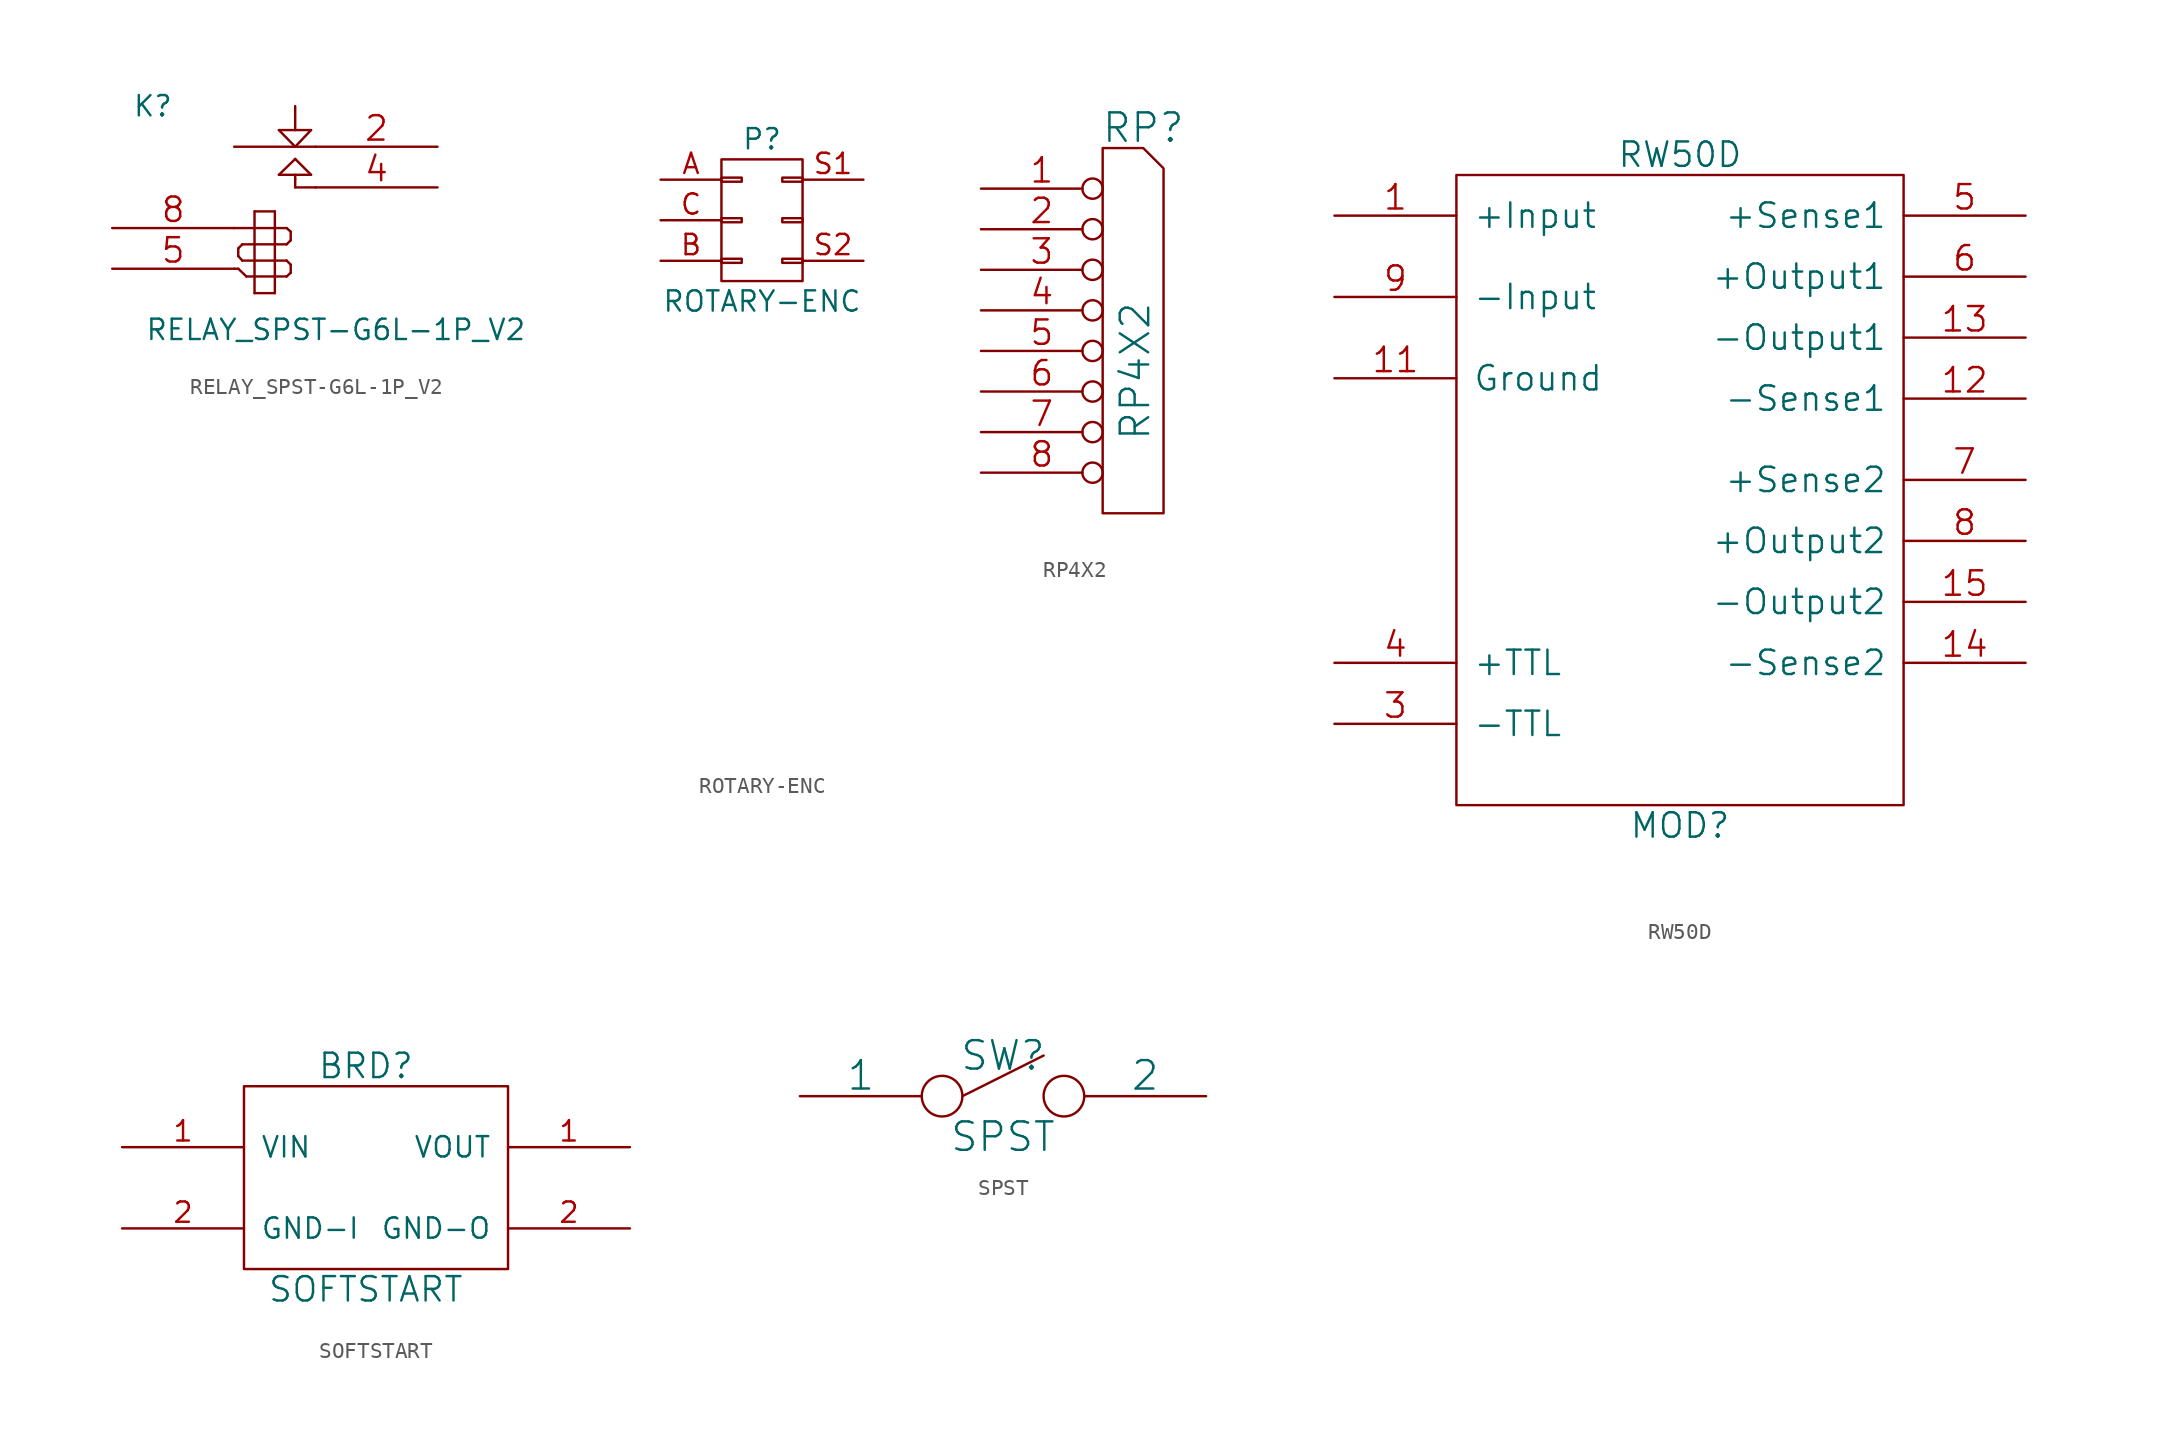
<source format=kicad_sym>
(kicad_symbol_lib
  (version 20211014)
  (generator kicad_symbol_editor)
  (symbol "RELAY_SPST-G6L-1P_V2"
    (pin_names
      (offset 1.016) hide)
    (property "Reference" "K"
      (at -7.62 1.27 0)
      (effects (font (size 1.27 1.27))))
    (property "Value" "RELAY_SPST-G6L-1P_V2"
      (at 3.81 -12.7 0)
      (effects (font (size 1.27 1.27))))
    (property "Footprint" ""
      (at 0 0 0)
      (effects (font (size 1.524 1.524))))
    (property "Datasheet" ""
      (at 0 0 0)
      (effects (font (size 1.524 1.524))))
    (symbol "RELAY_SPST-G6L-1P_V2_0_1"
      (polyline (pts (xy -2.54 -8.89) (xy -2.286 -8.89)) (stroke (width 0) (type default) (color 0 0 0 0)) (fill (type none)))
      (polyline (pts (xy -2.54 -6.35) (xy -1.27 -6.35)) (stroke (width 0) (type default) (color 0 0 0 0)) (fill (type none)))
      (polyline (pts (xy -2.54 -1.27) (xy 1.27 -1.27)) (stroke (width 0) (type default) (color 0 0 0 0)) (fill (type none)))
      (polyline (pts (xy -2.286 -8.89) (xy -1.778 -9.373)) (stroke (width 0) (type default) (color 0 0 0 0)) (fill (type none)))
      (polyline (pts (xy -2.286 -8.103) (xy -2.286 -7.62)) (stroke (width 0) (type default) (color 0 0 0 0)) (fill (type none)))
      (polyline (pts (xy -2.032 -8.382) (xy -2.286 -8.103)) (stroke (width 0) (type default) (color 0 0 0 0)) (fill (type none)))
      (polyline (pts (xy -2.032 -7.366) (xy -2.286 -7.62)) (stroke (width 0) (type default) (color 0 0 0 0)) (fill (type none)))
      (polyline (pts (xy -1.778 -9.373) (xy -1.27 -9.373)) (stroke (width 0) (type default) (color 0 0 0 0)) (fill (type none)))
      (polyline (pts (xy -1.27 -10.414) (xy -1.27 -5.309)) (stroke (width 0) (type default) (color 0 0 0 0)) (fill (type none)))
      (polyline (pts (xy -1.27 -8.382) (xy -2.032 -8.382)) (stroke (width 0) (type default) (color 0 0 0 0)) (fill (type none)))
      (polyline (pts (xy -1.27 -8.382) (xy 0 -8.382)) (stroke (width 0) (type default) (color 0 0 0 0)) (fill (type none)))
      (polyline (pts (xy -1.27 -7.366) (xy -2.032 -7.366)) (stroke (width 0) (type default) (color 0 0 0 0)) (fill (type none)))
      (polyline (pts (xy -1.27 -6.35) (xy 0 -6.35)) (stroke (width 0) (type default) (color 0 0 0 0)) (fill (type none)))
      (polyline (pts (xy -1.27 -5.309) (xy 0 -5.309)) (stroke (width 0) (type default) (color 0 0 0 0)) (fill (type none)))
      (polyline (pts (xy 0 -10.414) (xy -1.27 -10.414)) (stroke (width 0) (type default) (color 0 0 0 0)) (fill (type none)))
      (polyline (pts (xy 0 -9.373) (xy -1.27 -9.373)) (stroke (width 0) (type default) (color 0 0 0 0)) (fill (type none)))
      (polyline (pts (xy 0 -9.373) (xy 0.737 -9.373)) (stroke (width 0) (type default) (color 0 0 0 0)) (fill (type none)))
      (polyline (pts (xy 0 -8.382) (xy 0.737 -8.382)) (stroke (width 0) (type default) (color 0 0 0 0)) (fill (type none)))
      (polyline (pts (xy 0 -7.366) (xy -1.27 -7.366)) (stroke (width 0) (type default) (color 0 0 0 0)) (fill (type none)))
      (polyline (pts (xy 0 -7.366) (xy 0.737 -7.366)) (stroke (width 0) (type default) (color 0 0 0 0)) (fill (type none)))
      (polyline (pts (xy 0 -6.35) (xy 0.737 -6.35)) (stroke (width 0) (type default) (color 0 0 0 0)) (fill (type none)))
      (polyline (pts (xy 0 -5.309) (xy 0 -10.414)) (stroke (width 0) (type default) (color 0 0 0 0)) (fill (type none)))
      (polyline (pts (xy 0.254 -3.023) (xy 2.261 -3.023)) (stroke (width 0) (type default) (color 0 0 0 0)) (fill (type none)))
      (polyline (pts (xy 0.254 -0.229) (xy 2.261 -0.229)) (stroke (width 0) (type default) (color 0 0 0 0)) (fill (type none)))
      (polyline (pts (xy 0.737 -9.373) (xy 0.991 -9.144)) (stroke (width 0) (type default) (color 0 0 0 0)) (fill (type none)))
      (polyline (pts (xy 0.737 -8.382) (xy 0.991 -8.636)) (stroke (width 0) (type default) (color 0 0 0 0)) (fill (type none)))
      (polyline (pts (xy 0.737 -7.366) (xy 0.991 -7.112)) (stroke (width 0) (type default) (color 0 0 0 0)) (fill (type none)))
      (polyline (pts (xy 0.737 -6.35) (xy 0.991 -6.579)) (stroke (width 0) (type default) (color 0 0 0 0)) (fill (type none)))
      (polyline (pts (xy 0.991 -9.144) (xy 0.991 -8.636)) (stroke (width 0) (type default) (color 0 0 0 0)) (fill (type none)))
      (polyline (pts (xy 0.991 -6.579) (xy 0.991 -7.112)) (stroke (width 0) (type default) (color 0 0 0 0)) (fill (type none)))
      (polyline (pts (xy 1.27 -3.81) (xy 1.27 -3.302)) (stroke (width 0) (type default) (color 0 0 0 0)) (fill (type none)))
      (polyline (pts (xy 1.27 -3.302) (xy 1.27 -3.023)) (stroke (width 0) (type default) (color 0 0 0 0)) (fill (type none)))
      (polyline (pts (xy 1.27 -2.032) (xy 0.254 -3.023)) (stroke (width 0) (type default) (color 0 0 0 0)) (fill (type none)))
      (polyline (pts (xy 1.27 -1.27) (xy 0.254 -0.229)) (stroke (width 0) (type default) (color 0 0 0 0)) (fill (type none)))
      (polyline (pts (xy 1.27 -1.27) (xy 2.54 -1.27)) (stroke (width 0) (type default) (color 0 0 0 0)) (fill (type none)))
      (polyline (pts (xy 1.27 1.27) (xy 1.27 -0.229)) (stroke (width 0) (type default) (color 0 0 0 0)) (fill (type none)))
      (polyline (pts (xy 2.261 -3.023) (xy 1.27 -2.032)) (stroke (width 0) (type default) (color 0 0 0 0)) (fill (type none)))
      (polyline (pts (xy 2.261 -0.229) (xy 1.27 -1.27)) (stroke (width 0) (type default) (color 0 0 0 0)) (fill (type none)))
      (polyline (pts (xy 2.54 -3.81) (xy 1.27 -3.81)) (stroke (width 0) (type default) (color 0 0 0 0)) (fill (type none))))
    (symbol "RELAY_SPST-G6L-1P_V2_1_1"
      (pin passive line (at 10.16 -1.27 180) (length 7.62) (name "C1" (effects (font (size 1.524 1.524)))) (number "2" (effects (font (size 1.524 1.524)))))
      (pin passive line (at 10.16 -3.81 180) (length 7.62) (name "T1" (effects (font (size 1.524 1.524)))) (number "4" (effects (font (size 1.524 1.524)))))
      (pin input line (at -10.16 -8.89 0) (length 7.62) (name "5" (effects (font (size 1.524 1.524)))) (number "5" (effects (font (size 1.524 1.524)))))
      (pin input line (at -10.16 -6.35 0) (length 7.62) (name "8" (effects (font (size 1.524 1.524)))) (number "8" (effects (font (size 1.524 1.524)))))))
  (symbol "ROTARY-ENC"
    (pin_names
      (offset 0.025) hide)
    (property "Reference" "P"
      (at 0 5.08 0)
      (effects (font (size 1.27 1.27))))
    (property "Value" "ROTARY-ENC"
      (at 0 -5.08 0)
      (effects (font (size 1.27 1.27))))
    (property "Footprint" ""
      (at 0 -30.48 0)
      (effects (font (size 1.27 1.27))))
    (property "Datasheet" ""
      (at 0 -30.48 0)
      (effects (font (size 1.27 1.27))))
    (symbol "ROTARY-ENC_0_1"
      (rectangle (start -2.54 -2.413) (end -1.27 -2.667) (stroke (width 0) (type default) (color 0 0 0 0)) (fill (type none)))
      (rectangle (start -2.54 0.127) (end -1.27 -0.127) (stroke (width 0) (type default) (color 0 0 0 0)) (fill (type none)))
      (rectangle (start -2.54 2.667) (end -1.27 2.413) (stroke (width 0) (type default) (color 0 0 0 0)) (fill (type none)))
      (rectangle (start -2.54 3.81) (end 2.54 -3.81) (stroke (width 0) (type default) (color 0 0 0 0)) (fill (type none)))
      (rectangle (start 1.27 -2.413) (end 2.54 -2.667) (stroke (width 0) (type default) (color 0 0 0 0)) (fill (type none)))
      (rectangle (start 1.27 0.127) (end 2.54 -0.127) (stroke (width 0) (type default) (color 0 0 0 0)) (fill (type none)))
      (rectangle (start 1.27 2.667) (end 2.54 2.413) (stroke (width 0) (type default) (color 0 0 0 0)) (fill (type none))))
    (symbol "ROTARY-ENC_1_1"
      (pin passive line (at -6.35 2.54 0) (length 3.81) (name "A" (effects (font (size 1.27 1.27)))) (number "A" (effects (font (size 1.27 1.27)))))
      (pin passive line (at -6.35 -2.54 0) (length 3.81) (name "B" (effects (font (size 1.27 1.27)))) (number "B" (effects (font (size 1.27 1.27)))))
      (pin passive line (at -6.35 0 0) (length 3.81) (name "C" (effects (font (size 1.27 1.27)))) (number "C" (effects (font (size 1.27 1.27)))))
      (pin passive line (at 6.35 2.54 180) (length 3.81) (name "S1" (effects (font (size 1.27 1.27)))) (number "S1" (effects (font (size 1.27 1.27)))))
      (pin passive line (at 6.35 -2.54 180) (length 3.81) (name "S2" (effects (font (size 1.27 1.27)))) (number "S2" (effects (font (size 1.27 1.27)))))))
  (symbol "RP4X2"
    (pin_names
      (offset 1.016) hide)
    (property "Reference" "RP"
      (at 1.27 12.7 0)
      (effects (font (size 1.778 1.778))))
    (property "Value" "RP4X2"
      (at 0.762 -2.54 90)
      (effects (font (size 1.778 1.778))))
    (property "Footprint" ""
      (at 0 -2.54 0)
      (effects (font (size 1.524 1.524))))
    (property "Datasheet" ""
      (at 0 -2.54 0)
      (effects (font (size 1.524 1.524))))
    (symbol "RP4X2_0_1"
      (polyline (pts (xy -1.27 -11.43) (xy -1.27 11.43) (xy 1.27 11.43) (xy 2.54 10.16) (xy 2.54 -11.43) (xy 0 -11.43) (xy -1.27 -11.43)) (stroke (width 0) (type default) (color 0 0 0 0)) (fill (type none))))
    (symbol "RP4X2_1_1"
      (pin passive inverted (at -8.89 8.89 0) (length 7.62) (name "COM" (effects (font (size 1.524 1.524)))) (number "1" (effects (font (size 1.524 1.524)))))
      (pin passive inverted (at -8.89 6.35 0) (length 7.62) (name "2" (effects (font (size 1.524 1.524)))) (number "2" (effects (font (size 1.524 1.524)))))
      (pin passive inverted (at -8.89 3.81 0) (length 7.62) (name "3" (effects (font (size 1.524 1.524)))) (number "3" (effects (font (size 1.524 1.524)))))
      (pin passive inverted (at -8.89 1.27 0) (length 7.62) (name "4" (effects (font (size 1.524 1.524)))) (number "4" (effects (font (size 1.524 1.524)))))
      (pin passive inverted (at -8.89 -1.27 0) (length 7.62) (name "5" (effects (font (size 1.524 1.524)))) (number "5" (effects (font (size 1.524 1.524)))))
      (pin passive inverted (at -8.89 -3.81 0) (length 7.62) (name "6" (effects (font (size 1.524 1.524)))) (number "6" (effects (font (size 1.524 1.524)))))
      (pin passive inverted (at -8.89 -6.35 0) (length 7.62) (name "7" (effects (font (size 1.524 1.524)))) (number "7" (effects (font (size 1.524 1.524)))))
      (pin passive inverted (at -8.89 -8.89 0) (length 7.62) (name "8" (effects (font (size 1.524 1.524)))) (number "8" (effects (font (size 1.524 1.524)))))))
  (symbol "RW50D"
    (pin_names
      (offset 1.016))
    (property "Reference" "MOD"
      (at 0 -22.86 0)
      (effects (font (size 1.524 1.524))))
    (property "Value" "RW50D"
      (at 0 19.05 0)
      (effects (font (size 1.524 1.524))))
    (property "Footprint" ""
      (at -3.81 6.35 0)
      (effects (font (size 1.524 1.524))))
    (property "Datasheet" ""
      (at -3.81 6.35 0)
      (effects (font (size 1.524 1.524))))
    (symbol "RW50D_0_1"
      (rectangle (start -13.97 17.78) (end 13.97 -21.59) (stroke (width 0) (type default) (color 0 0 0 0)) (fill (type none))))
    (symbol "RW50D_1_1"
      (pin power_in line (at -21.59 15.24 0) (length 7.62) (name "+Input" (effects (font (size 1.524 1.524)))) (number "1" (effects (font (size 1.524 1.524)))))
      (pin power_in line (at -21.59 5.08 0) (length 7.62) (name "Ground" (effects (font (size 1.524 1.524)))) (number "11" (effects (font (size 1.524 1.524)))))
      (pin power_out line (at 21.59 3.81 180) (length 7.62) (name "-Sense1" (effects (font (size 1.524 1.524)))) (number "12" (effects (font (size 1.524 1.524)))))
      (pin power_out line (at 21.59 7.62 180) (length 7.62) (name "-Output1" (effects (font (size 1.524 1.524)))) (number "13" (effects (font (size 1.524 1.524)))))
      (pin power_out line (at 21.59 -12.7 180) (length 7.62) (name "-Sense2" (effects (font (size 1.524 1.524)))) (number "14" (effects (font (size 1.524 1.524)))))
      (pin power_out line (at 21.59 -8.89 180) (length 7.62) (name "-Output2" (effects (font (size 1.524 1.524)))) (number "15" (effects (font (size 1.524 1.524)))))
      (pin power_in line (at -21.59 -16.51 0) (length 7.62) (name "-TTL" (effects (font (size 1.524 1.524)))) (number "3" (effects (font (size 1.524 1.524)))))
      (pin power_in line (at -21.59 -12.7 0) (length 7.62) (name "+TTL" (effects (font (size 1.524 1.524)))) (number "4" (effects (font (size 1.524 1.524)))))
      (pin power_out line (at 21.59 15.24 180) (length 7.62) (name "+Sense1" (effects (font (size 1.524 1.524)))) (number "5" (effects (font (size 1.524 1.524)))))
      (pin power_out line (at 21.59 11.43 180) (length 7.62) (name "+Output1" (effects (font (size 1.524 1.524)))) (number "6" (effects (font (size 1.524 1.524)))))
      (pin power_out line (at 21.59 -1.27 180) (length 7.62) (name "+Sense2" (effects (font (size 1.524 1.524)))) (number "7" (effects (font (size 1.524 1.524)))))
      (pin power_out line (at 21.59 -5.08 180) (length 7.62) (name "+Output2" (effects (font (size 1.524 1.524)))) (number "8" (effects (font (size 1.524 1.524)))))
      (pin power_in line (at -21.59 10.16 0) (length 7.62) (name "-Input" (effects (font (size 1.524 1.524)))) (number "9" (effects (font (size 1.524 1.524)))))))
  (symbol "SOFTSTART"
    (pin_names
      (offset 1.016))
    (property "Reference" "BRD"
      (at 0 13.97 0)
      (effects (font (size 1.524 1.524))))
    (property "Value" "SOFTSTART"
      (at 0 0 0)
      (effects (font (size 1.524 1.524))))
    (property "Footprint" ""
      (at 0 0 0)
      (effects (font (size 1.524 1.524))))
    (property "Datasheet" ""
      (at 0 0 0)
      (effects (font (size 1.524 1.524))))
    (symbol "SOFTSTART_0_1"
      (rectangle (start -7.62 12.7) (end 8.89 1.27) (stroke (width 0) (type default) (color 0 0 0 0)) (fill (type none))))
    (symbol "SOFTSTART_1_1"
      (pin power_in line (at -15.24 8.89 0) (length 7.62) (name "VIN" (effects (font (size 1.27 1.27)))) (number "1" (effects (font (size 1.27 1.27)))))
      (pin power_out line (at 16.51 8.89 180) (length 7.62) (name "VOUT" (effects (font (size 1.27 1.27)))) (number "1" (effects (font (size 1.27 1.27)))))
      (pin power_in line (at -15.24 3.81 0) (length 7.62) (name "GND-I" (effects (font (size 1.27 1.27)))) (number "2" (effects (font (size 1.27 1.27)))))
      (pin power_out line (at 16.51 3.81 180) (length 7.62) (name "GND-O" (effects (font (size 1.27 1.27)))) (number "2" (effects (font (size 1.27 1.27)))))))
  (symbol "SPST"
    (pin_numbers hide)
    (pin_names
      (offset 0))
    (property "Reference" "SW"
      (at 0 2.54 0)
      (effects (font (size 1.778 1.778))))
    (property "Value" "SPST"
      (at 0 -2.54 0)
      (effects (font (size 1.778 1.778))))
    (property "Footprint" ""
      (at 0 0 0)
      (effects (font (size 1.524 1.524))))
    (property "Datasheet" ""
      (at 0 0 0)
      (effects (font (size 1.524 1.524))))
    (symbol "SPST_0_0"
      (circle (center -3.81 0) (radius 1.27) (stroke (width 0) (type default) (color 0 0 0 0)) (fill (type none)))
      (polyline (pts (xy -2.54 0) (xy 2.54 2.54)) (stroke (width 0) (type default) (color 0 0 0 0)) (fill (type none)))
      (circle (center 3.81 0) (radius 1.27) (stroke (width 0) (type default) (color 0 0 0 0)) (fill (type none))))
    (symbol "SPST_1_1"
      (pin input line (at -12.7 0 0) (length 7.62) (name "1" (effects (font (size 1.778 1.778)))) (number "1" (effects (font (size 1.778 1.778)))))
      (pin input line (at 12.7 0 180) (length 7.62) (name "2" (effects (font (size 1.778 1.778)))) (number "2" (effects (font (size 1.778 1.778))))))))
</source>
